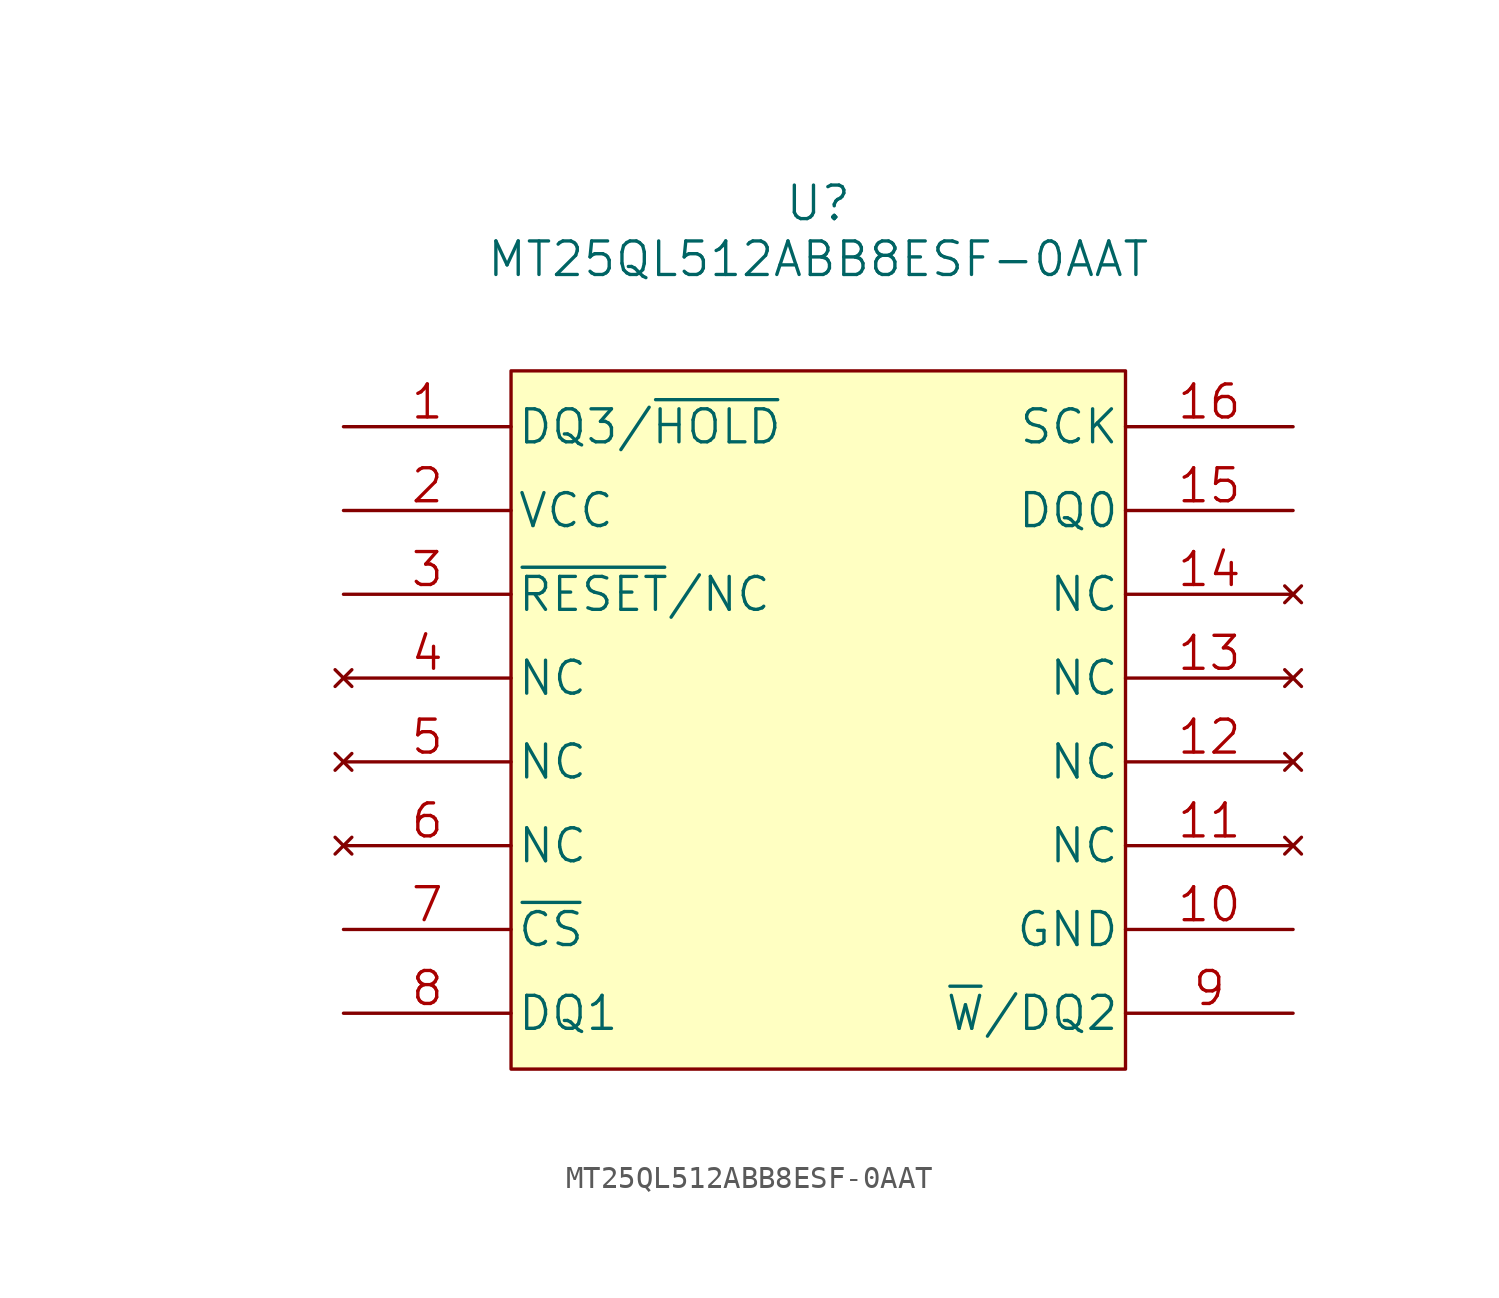
<source format=kicad_sym>
(kicad_symbol_lib
  (version 20211014)
  (generator kicad_symbol_editor)
  (symbol "MT25QL512ABB8ESF-0AAT"
    (pin_names
      (offset 0.254))
    (property "Reference" "U"
      (at 27.94 10.16 0)
      (effects (font (size 1.524 1.524))))
    (property "Value" "MT25QL512ABB8ESF-0AAT"
      (at 27.94 7.62 0)
      (effects (font (size 1.524 1.524))))
    (property "Datasheet" ""
      (at 0 0 0)
      (effects (font (size 1.524 1.524))))
    (property "ki_locked" ""
      (at 0 0 0)
      (effects (font (size 1.27 1.27))))
    (symbol "MT25QL512ABB8ESF-0AAT_1_1"
      (polyline (pts (xy 13.97 2.54) (xy 41.91 2.54) (xy 41.91 -29.21) (xy 13.97 -29.21) (xy 13.97 2.54)) (stroke (width 0) (type default) (color 0 0 0 0)) (fill (type background)))
      (pin bidirectional line (at 6.35 0 0) (length 7.62) (name "DQ3/~{HOLD}" (effects (font (size 1.499 1.499)))) (number "1" (effects (font (size 1.499 1.499)))))
      (pin power_in line (at 49.53 -22.86 180) (length 7.62) (name "GND" (effects (font (size 1.499 1.499)))) (number "10" (effects (font (size 1.499 1.499)))))
      (pin no_connect line (at 49.53 -19.05 180) (length 7.62) (name "NC" (effects (font (size 1.499 1.499)))) (number "11" (effects (font (size 1.499 1.499)))))
      (pin no_connect line (at 49.53 -15.24 180) (length 7.62) (name "NC" (effects (font (size 1.499 1.499)))) (number "12" (effects (font (size 1.499 1.499)))))
      (pin no_connect line (at 49.53 -11.43 180) (length 7.62) (name "NC" (effects (font (size 1.499 1.499)))) (number "13" (effects (font (size 1.499 1.499)))))
      (pin no_connect line (at 49.53 -7.62 180) (length 7.62) (name "NC" (effects (font (size 1.499 1.499)))) (number "14" (effects (font (size 1.499 1.499)))))
      (pin bidirectional line (at 49.53 -3.81 180) (length 7.62) (name "DQ0" (effects (font (size 1.499 1.499)))) (number "15" (effects (font (size 1.499 1.499)))))
      (pin input line (at 49.53 0 180) (length 7.62) (name "SCK" (effects (font (size 1.499 1.499)))) (number "16" (effects (font (size 1.499 1.499)))))
      (pin power_in line (at 6.35 -3.81 0) (length 7.62) (name "VCC" (effects (font (size 1.499 1.499)))) (number "2" (effects (font (size 1.499 1.499)))))
      (pin input line (at 6.35 -7.62 0) (length 7.62) (name "~{RESET}/NC" (effects (font (size 1.499 1.499)))) (number "3" (effects (font (size 1.499 1.499)))))
      (pin no_connect line (at 6.35 -11.43 0) (length 7.62) (name "NC" (effects (font (size 1.499 1.499)))) (number "4" (effects (font (size 1.499 1.499)))))
      (pin no_connect line (at 6.35 -15.24 0) (length 7.62) (name "NC" (effects (font (size 1.499 1.499)))) (number "5" (effects (font (size 1.499 1.499)))))
      (pin no_connect line (at 6.35 -19.05 0) (length 7.62) (name "NC" (effects (font (size 1.499 1.499)))) (number "6" (effects (font (size 1.499 1.499)))))
      (pin input line (at 6.35 -22.86 0) (length 7.62) (name "~{CS}" (effects (font (size 1.499 1.499)))) (number "7" (effects (font (size 1.499 1.499)))))
      (pin bidirectional line (at 6.35 -26.67 0) (length 7.62) (name "DQ1" (effects (font (size 1.499 1.499)))) (number "8" (effects (font (size 1.499 1.499)))))
      (pin bidirectional line (at 49.53 -26.67 180) (length 7.62) (name "~{W}/DQ2" (effects (font (size 1.499 1.499)))) (number "9" (effects (font (size 1.499 1.499))))))))
</source>
